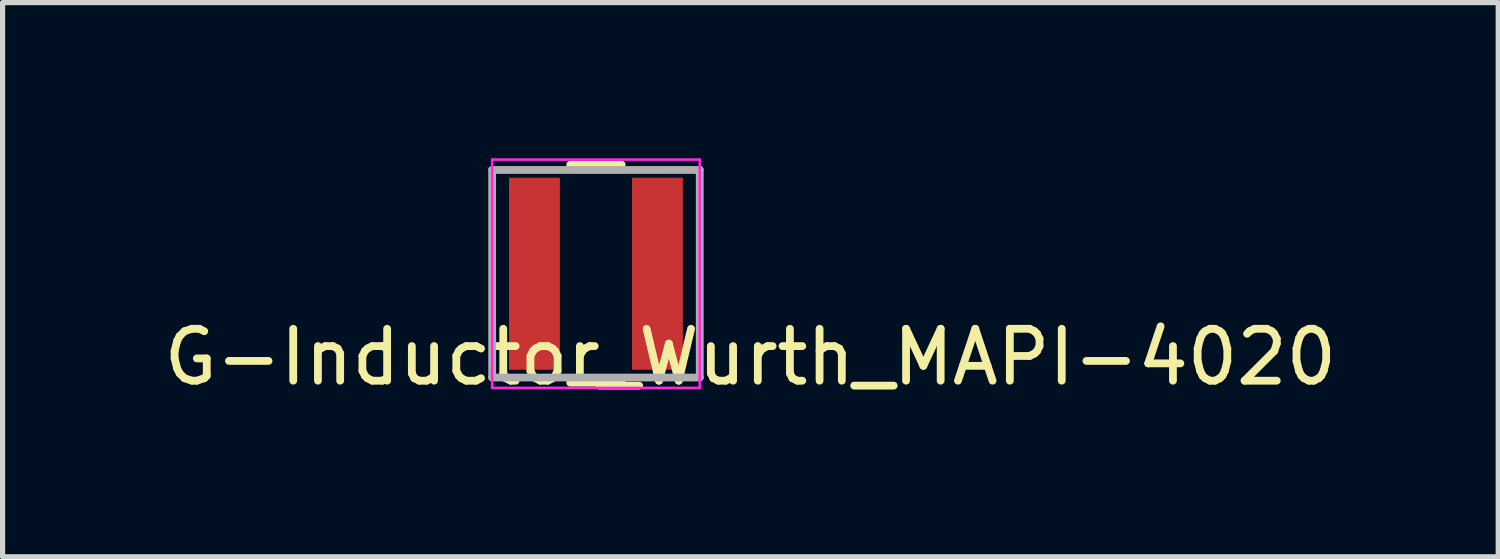
<source format=kicad_pcb>
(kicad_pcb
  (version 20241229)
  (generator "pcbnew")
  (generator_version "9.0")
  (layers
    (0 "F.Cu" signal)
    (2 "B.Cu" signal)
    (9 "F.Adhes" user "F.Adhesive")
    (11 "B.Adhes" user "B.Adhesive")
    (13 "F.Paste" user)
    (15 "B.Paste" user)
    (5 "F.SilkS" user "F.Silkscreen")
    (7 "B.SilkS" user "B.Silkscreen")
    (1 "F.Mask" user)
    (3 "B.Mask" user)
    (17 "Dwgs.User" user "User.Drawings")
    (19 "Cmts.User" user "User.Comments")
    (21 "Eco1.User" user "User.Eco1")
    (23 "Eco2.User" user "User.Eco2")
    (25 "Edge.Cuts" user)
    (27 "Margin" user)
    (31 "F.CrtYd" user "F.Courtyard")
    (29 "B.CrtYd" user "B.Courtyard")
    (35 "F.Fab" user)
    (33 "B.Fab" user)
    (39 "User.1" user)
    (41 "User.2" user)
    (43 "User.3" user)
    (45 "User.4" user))
  (footprint "G-Inductor_Wurth_MAPI-4020"
    (layer "F.Cu")
    (at 8.434 2.225)
    (property "Reference" "G-Inductor_Wurth_MAPI-4020" (at 2.976 1.606 0) (layer "F.SilkS") (effects (font (size 1 1) (thickness 0.15))))
    (attr smd)
    (fp_line (start -0.495 -2.1) (end 0.495 -2.1) (stroke (width 0.15) (type solid)) (layer "F.SilkS"))
    (fp_line (start -0.495 2.1) (end 0.495 2.1) (stroke (width 0.15) (type solid)) (layer "F.SilkS"))
    (fp_line (start -2 -2.2) (end -2 2.2) (stroke (width 0.05) (type solid)) (layer "F.CrtYd"))
    (fp_line (start -2 2.2) (end 2 2.2) (stroke (width 0.05) (type solid)) (layer "F.CrtYd"))
    (fp_line (start 2 -2.2) (end -2 -2.2) (stroke (width 0.05) (type solid)) (layer "F.CrtYd"))
    (fp_line (start 2 2.2) (end 2 -2.2) (stroke (width 0.05) (type solid)) (layer "F.CrtYd"))
    (fp_line (start -2 -2) (end -2 2) (stroke (width 0.15) (type solid)) (layer "F.Fab"))
    (fp_line (start -2 2) (end 2 2) (stroke (width 0.15) (type solid)) (layer "F.Fab"))
    (fp_line (start 2 -2) (end -2 -2) (stroke (width 0.15) (type solid)) (layer "F.Fab"))
    (fp_line (start 2 2) (end 2 -2) (stroke (width 0.15) (type solid)) (layer "F.Fab"))
    (pad "1" smd rect (at -1.185 0) (size 0.98 3.7) (layers "F.Cu" "F.Mask" "F.Paste"))
    (pad "2" smd rect (at 1.185 0) (size 0.98 3.7) (layers "F.Cu" "F.Mask" "F.Paste")))
  (gr_rect
    (start -3 -3)
    (end 25.821 7.679)
    (stroke (width 0.1) (type default))
    (fill no)
    (layer "Edge.Cuts")))
</source>
